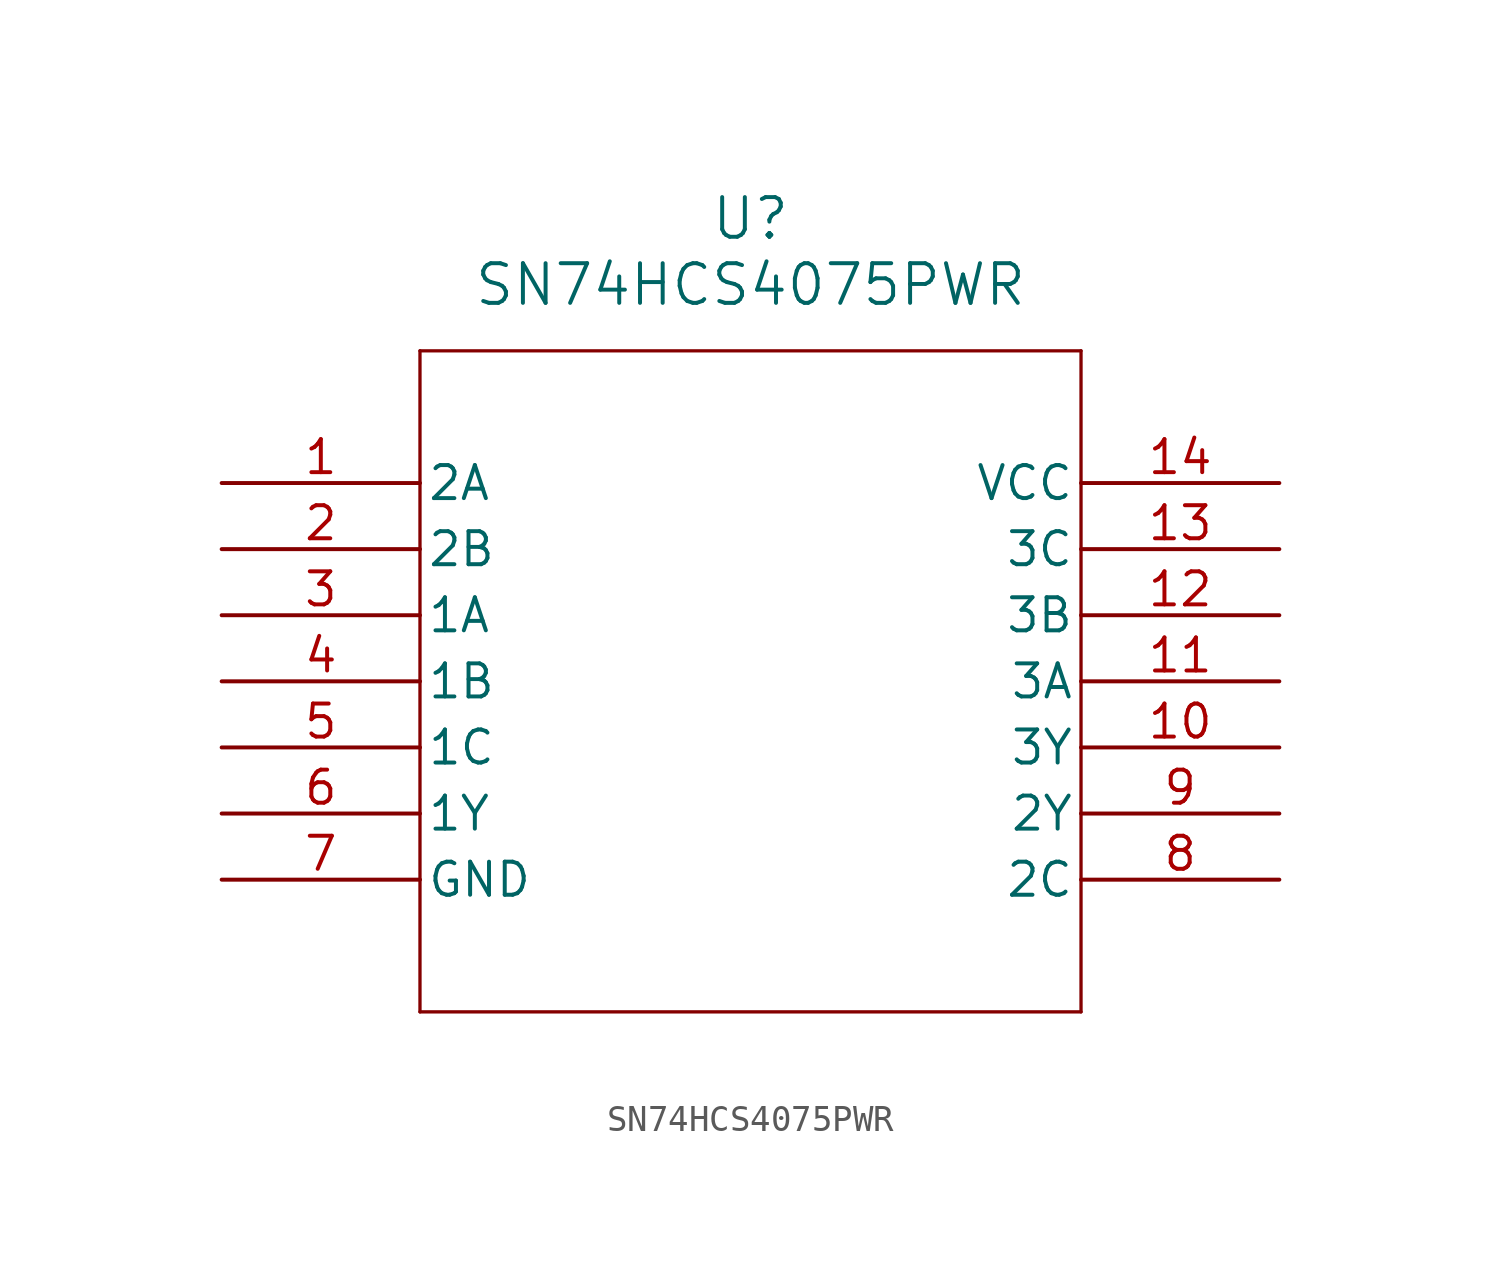
<source format=kicad_sym>
(kicad_symbol_lib
  (version 20211014)
  (generator kicad_symbol_editor)
  (symbol "SN74HCS4075PWR"
    (pin_names
      (offset 0.254))
    (property "Reference" "U"
      (at 20.32 10.16 0)
      (effects (font (size 1.524 1.524))))
    (property "Value" "SN74HCS4075PWR"
      (at 20.32 7.62 0)
      (effects (font (size 1.524 1.524))))
    (symbol "SN74HCS4075PWR_0_1"
      (polyline (pts (xy 7.62 5.08) (xy 7.62 -20.32)) (stroke (width 0.127) (type default) (color 0 0 0 0)) (fill (type none)))
      (polyline (pts (xy 7.62 -20.32) (xy 33.02 -20.32)) (stroke (width 0.127) (type default) (color 0 0 0 0)) (fill (type none)))
      (polyline (pts (xy 33.02 -20.32) (xy 33.02 5.08)) (stroke (width 0.127) (type default) (color 0 0 0 0)) (fill (type none)))
      (polyline (pts (xy 33.02 5.08) (xy 7.62 5.08)) (stroke (width 0.127) (type default) (color 0 0 0 0)) (fill (type none)))
      (pin input line (at 0 0 0) (length 7.62) (name "2A" (effects (font (size 1.27 1.27)))) (number "1" (effects (font (size 1.27 1.27)))))
      (pin input line (at 0 -2.54 0) (length 7.62) (name "2B" (effects (font (size 1.27 1.27)))) (number "2" (effects (font (size 1.27 1.27)))))
      (pin input line (at 0 -5.08 0) (length 7.62) (name "1A" (effects (font (size 1.27 1.27)))) (number "3" (effects (font (size 1.27 1.27)))))
      (pin input line (at 0 -7.62 0) (length 7.62) (name "1B" (effects (font (size 1.27 1.27)))) (number "4" (effects (font (size 1.27 1.27)))))
      (pin input line (at 0 -10.16 0) (length 7.62) (name "1C" (effects (font (size 1.27 1.27)))) (number "5" (effects (font (size 1.27 1.27)))))
      (pin output line (at 0 -12.7 0) (length 7.62) (name "1Y" (effects (font (size 1.27 1.27)))) (number "6" (effects (font (size 1.27 1.27)))))
      (pin power_out line (at 0 -15.24 0) (length 7.62) (name "GND" (effects (font (size 1.27 1.27)))) (number "7" (effects (font (size 1.27 1.27)))))
      (pin input line (at 40.64 -15.24 180) (length 7.62) (name "2C" (effects (font (size 1.27 1.27)))) (number "8" (effects (font (size 1.27 1.27)))))
      (pin output line (at 40.64 -12.7 180) (length 7.62) (name "2Y" (effects (font (size 1.27 1.27)))) (number "9" (effects (font (size 1.27 1.27)))))
      (pin output line (at 40.64 -10.16 180) (length 7.62) (name "3Y" (effects (font (size 1.27 1.27)))) (number "10" (effects (font (size 1.27 1.27)))))
      (pin input line (at 40.64 -7.62 180) (length 7.62) (name "3A" (effects (font (size 1.27 1.27)))) (number "11" (effects (font (size 1.27 1.27)))))
      (pin input line (at 40.64 -5.08 180) (length 7.62) (name "3B" (effects (font (size 1.27 1.27)))) (number "12" (effects (font (size 1.27 1.27)))))
      (pin input line (at 40.64 -2.54 180) (length 7.62) (name "3C" (effects (font (size 1.27 1.27)))) (number "13" (effects (font (size 1.27 1.27)))))
      (pin power_in line (at 40.64 0 180) (length 7.62) (name "VCC" (effects (font (size 1.27 1.27)))) (number "14" (effects (font (size 1.27 1.27))))))))
</source>
